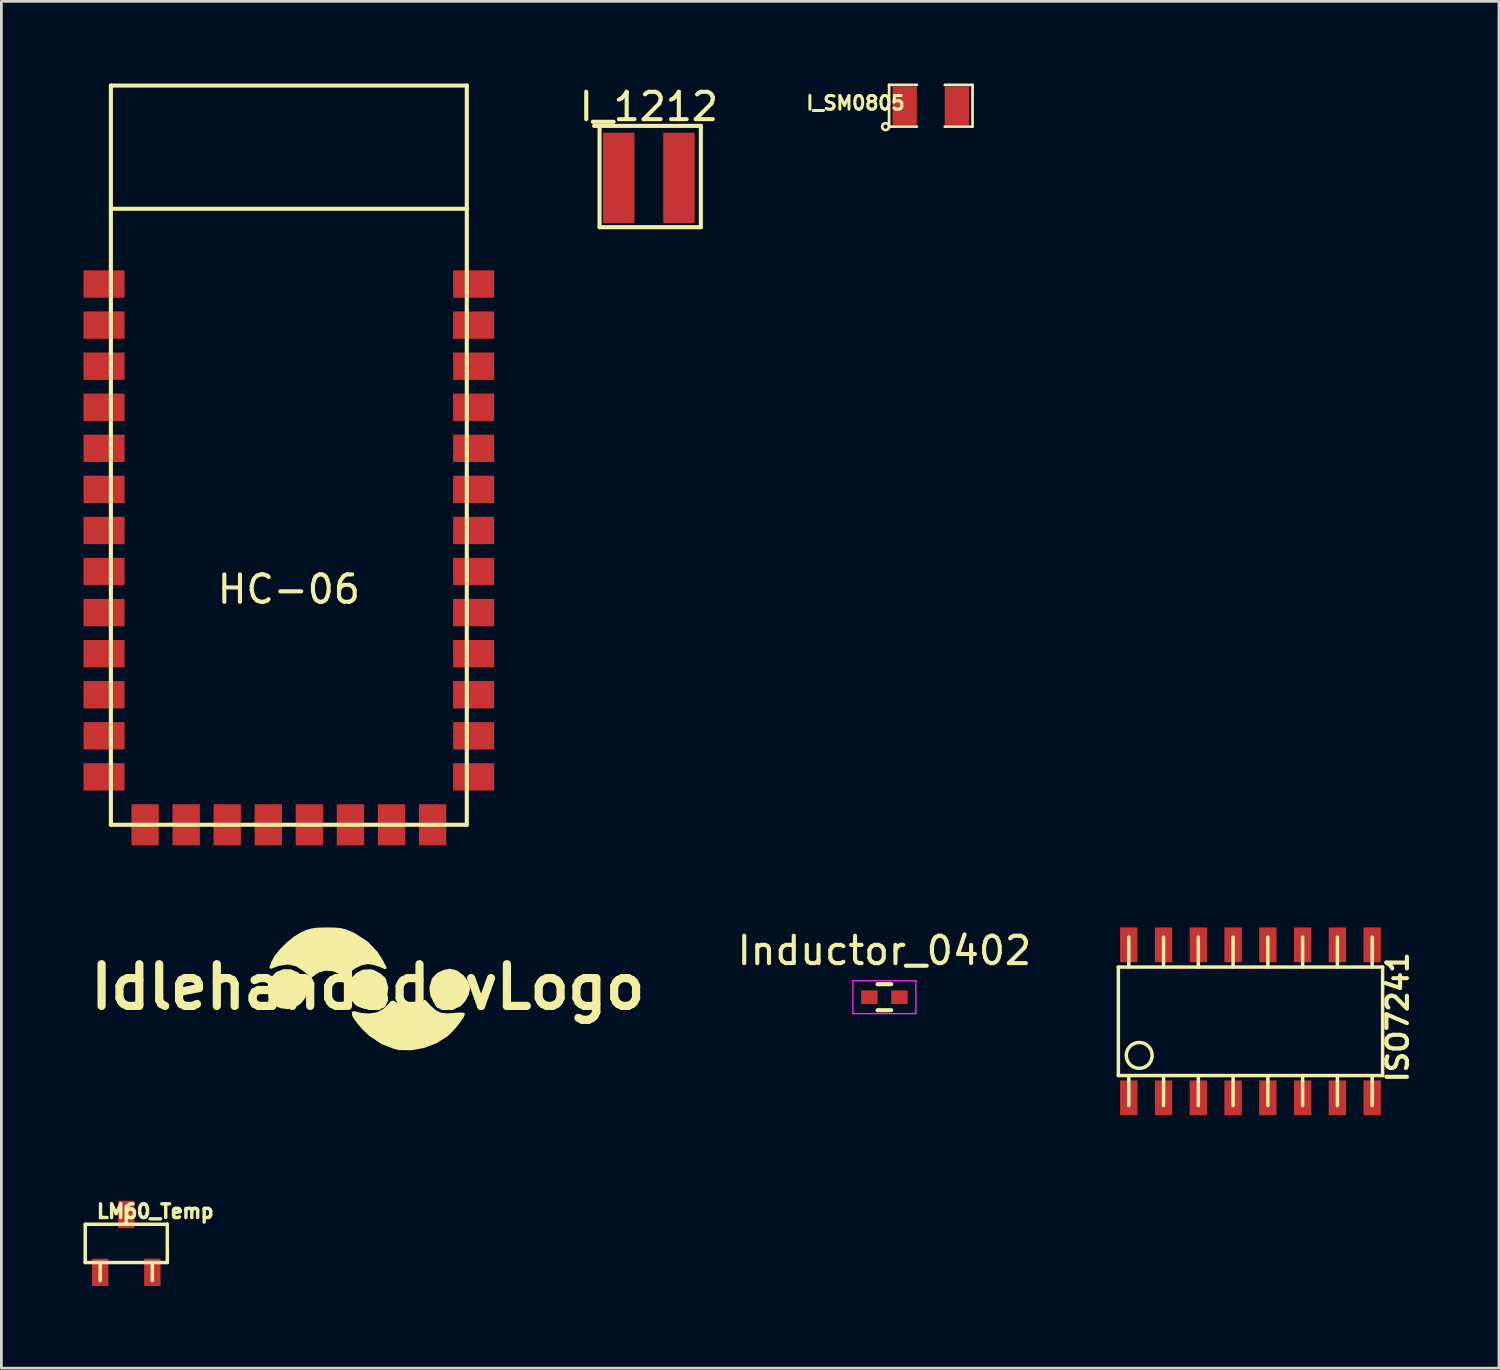
<source format=kicad_pcb>
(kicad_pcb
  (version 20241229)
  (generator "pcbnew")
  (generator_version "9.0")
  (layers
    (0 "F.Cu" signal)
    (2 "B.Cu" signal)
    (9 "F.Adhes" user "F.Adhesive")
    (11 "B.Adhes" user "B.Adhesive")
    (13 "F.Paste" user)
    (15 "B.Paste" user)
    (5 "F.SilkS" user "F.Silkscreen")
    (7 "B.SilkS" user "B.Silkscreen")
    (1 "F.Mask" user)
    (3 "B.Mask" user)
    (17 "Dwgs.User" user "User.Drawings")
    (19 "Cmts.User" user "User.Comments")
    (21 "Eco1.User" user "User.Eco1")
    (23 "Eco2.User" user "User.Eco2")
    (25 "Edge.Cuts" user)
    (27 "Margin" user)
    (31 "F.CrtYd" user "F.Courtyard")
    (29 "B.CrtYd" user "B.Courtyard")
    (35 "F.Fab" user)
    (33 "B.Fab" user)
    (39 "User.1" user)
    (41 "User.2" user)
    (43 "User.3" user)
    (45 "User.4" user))
  (footprint "HC-06"
    (layer "F.Cu")
    (at 7.5 26.575)
    (property "Reference" "HC-06" (at 0 -8.1 0) (layer "F.SilkS") (effects (font (size 1 1) (thickness 0.15))))
    (attr through_hole)
    (fp_line (start -6.5 -26.5) (end 6.5 -26.5) (stroke (width 0.15) (type solid)) (layer "F.SilkS"))
    (fp_line (start -6.5 -22) (end 6.5 -22) (stroke (width 0.15) (type solid)) (layer "F.SilkS"))
    (fp_line (start -6.5 0.5) (end -6.5 -26.5) (stroke (width 0.15) (type solid)) (layer "F.SilkS"))
    (fp_line (start 6.5 -26.5) (end 6.5 0.5) (stroke (width 0.15) (type solid)) (layer "F.SilkS"))
    (fp_line (start 6.5 0.5) (end -6.5 0.5) (stroke (width 0.15) (type solid)) (layer "F.SilkS"))
    (pad "1" smd rect (at -6.75 -19.25 90) (size 1 1.5) (layers "F.Cu" "F.Mask" "F.Paste"))
    (pad "2" smd rect (at -6.75 -17.75 90) (size 1 1.5) (layers "F.Cu" "F.Mask" "F.Paste"))
    (pad "3" smd rect (at -6.75 -16.25 90) (size 1 1.5) (layers "F.Cu" "F.Mask" "F.Paste"))
    (pad "4" smd rect (at -6.75 -14.75 90) (size 1 1.5) (layers "F.Cu" "F.Mask" "F.Paste"))
    (pad "5" smd rect (at -6.75 -13.25 90) (size 1 1.5) (layers "F.Cu" "F.Mask" "F.Paste"))
    (pad "6" smd rect (at -6.75 -11.75 90) (size 1 1.5) (layers "F.Cu" "F.Mask" "F.Paste"))
    (pad "7" smd rect (at -6.75 -10.25 90) (size 1 1.5) (layers "F.Cu" "F.Mask" "F.Paste"))
    (pad "8" smd rect (at -6.75 -8.75 90) (size 1 1.5) (layers "F.Cu" "F.Mask" "F.Paste"))
    (pad "9" smd rect (at -6.75 -7.25 90) (size 1 1.5) (layers "F.Cu" "F.Mask" "F.Paste"))
    (pad "10" smd rect (at -6.75 -5.75 90) (size 1 1.5) (layers "F.Cu" "F.Mask" "F.Paste"))
    (pad "11" smd rect (at -6.75 -4.25 90) (size 1 1.5) (layers "F.Cu" "F.Mask" "F.Paste"))
    (pad "12" smd rect (at -6.75 -2.75 90) (size 1 1.5) (layers "F.Cu" "F.Mask" "F.Paste"))
    (pad "13" smd rect (at -6.75 -1.25 90) (size 1 1.5) (layers "F.Cu" "F.Mask" "F.Paste"))
    (pad "14" smd rect (at -5.25 0.5) (size 1 1.5) (layers "F.Cu" "F.Mask" "F.Paste"))
    (pad "15" smd rect (at -3.75 0.5) (size 1 1.5) (layers "F.Cu" "F.Mask" "F.Paste"))
    (pad "16" smd rect (at -2.25 0.5) (size 1 1.5) (layers "F.Cu" "F.Mask" "F.Paste"))
    (pad "17" smd rect (at -0.75 0.5) (size 1 1.5) (layers "F.Cu" "F.Mask" "F.Paste"))
    (pad "18" smd rect (at 0.75 0.5) (size 1 1.5) (layers "F.Cu" "F.Mask" "F.Paste"))
    (pad "19" smd rect (at 2.25 0.5) (size 1 1.5) (layers "F.Cu" "F.Mask" "F.Paste"))
    (pad "20" smd rect (at 3.75 0.5) (size 1 1.5) (layers "F.Cu" "F.Mask" "F.Paste"))
    (pad "21" smd rect (at 5.25 0.5) (size 1 1.5) (layers "F.Cu" "F.Mask" "F.Paste"))
    (pad "22" smd rect (at 6.75 -1.25 90) (size 1 1.5) (layers "F.Cu" "F.Mask" "F.Paste"))
    (pad "23" smd rect (at 6.75 -2.75 90) (size 1 1.5) (layers "F.Cu" "F.Mask" "F.Paste"))
    (pad "24" smd rect (at 6.75 -4.25 90) (size 1 1.5) (layers "F.Cu" "F.Mask" "F.Paste"))
    (pad "25" smd rect (at 6.75 -5.75 90) (size 1 1.5) (layers "F.Cu" "F.Mask" "F.Paste"))
    (pad "26" smd rect (at 6.75 -7.25 90) (size 1 1.5) (layers "F.Cu" "F.Mask" "F.Paste"))
    (pad "27" smd rect (at 6.75 -8.75 90) (size 1 1.5) (layers "F.Cu" "F.Mask" "F.Paste"))
    (pad "28" smd rect (at 6.75 -10.25 90) (size 1 1.5) (layers "F.Cu" "F.Mask" "F.Paste"))
    (pad "29" smd rect (at 6.75 -11.75 90) (size 1 1.5) (layers "F.Cu" "F.Mask" "F.Paste"))
    (pad "30" smd rect (at 6.75 -13.25 90) (size 1 1.5) (layers "F.Cu" "F.Mask" "F.Paste"))
    (pad "31" smd rect (at 6.75 -14.75 90) (size 1 1.5) (layers "F.Cu" "F.Mask" "F.Paste"))
    (pad "32" smd rect (at 6.75 -16.25 90) (size 1 1.5) (layers "F.Cu" "F.Mask" "F.Paste"))
    (pad "33" smd rect (at 6.75 -17.75 90) (size 1 1.5) (layers "F.Cu" "F.Mask" "F.Paste"))
    (pad "34" smd rect (at 6.75 -19.25 90) (size 1 1.5) (layers "F.Cu" "F.Mask" "F.Paste")))
  (footprint "I_1212"
    (layer "F.Cu")
    (at 20.649 3.448)
    (property "Reference" "I_1212" (at 0 -2.6 0) (layer "F.SilkS") (effects (font (size 1 1) (thickness 0.15))))
    (attr smd)
    (fp_line (start -2 -1.9) (end 1.9 -1.9) (stroke (width 0.15) (type solid)) (layer "F.SilkS"))
    (fp_line (start -1.8 1.8) (end -1.8 -1.9) (stroke (width 0.15) (type solid)) (layer "F.SilkS"))
    (fp_line (start 1.9 -1.9) (end 1.9 1.8) (stroke (width 0.15) (type solid)) (layer "F.SilkS"))
    (fp_line (start 1.9 1.8) (end -1.8 1.8) (stroke (width 0.15) (type solid)) (layer "F.SilkS"))
    (pad "1" smd rect (at 1.1 0) (size 1.15 3.3) (layers "F.Cu" "F.Mask" "F.Paste"))
    (pad "2" smd rect (at -1.1 0) (size 1.15 3.3) (layers "F.Cu" "F.Mask" "F.Paste")))
  (footprint "Inductor_0402"
    (layer "F.Cu")
    (at 29.252 33.373)
    (property "Reference" "Inductor_0402" (at 0 -1.7 0) (layer "F.SilkS") (effects (font (size 1 1) (thickness 0.15))))
    (attr smd)
    (fp_line (start -0.25 0.475) (end 0.25 0.475) (stroke (width 0.15) (type solid)) (layer "F.SilkS"))
    (fp_line (start 0.25 -0.475) (end -0.25 -0.475) (stroke (width 0.15) (type solid)) (layer "F.SilkS"))
    (fp_line (start -1.15 -0.6) (end -1.15 0.6) (stroke (width 0.05) (type solid)) (layer "F.CrtYd"))
    (fp_line (start -1.15 -0.6) (end 1.15 -0.6) (stroke (width 0.05) (type solid)) (layer "F.CrtYd"))
    (fp_line (start -1.15 0.6) (end 1.15 0.6) (stroke (width 0.05) (type solid)) (layer "F.CrtYd"))
    (fp_line (start 1.15 -0.6) (end 1.15 0.6) (stroke (width 0.05) (type solid)) (layer "F.CrtYd"))
    (pad "1" smd rect (at -0.55 0) (size 0.6 0.5) (layers "F.Cu" "F.Mask" "F.Paste"))
    (pad "2" smd rect (at 0.55 0) (size 0.6 0.5) (layers "F.Cu" "F.Mask" "F.Paste")))
  (footprint "LM60_Temp"
    (layer "F.Cu")
    (at 1.562 42.365)
    (property "Reference" "LM60_Temp" (at 1.06 -1.17 0) (layer "F.SilkS") (effects (font (size 0.5 0.5) (thickness 0.125))))
    (attr through_hole)
    (fp_line (start -1.499 -0.699) (end 1.499 -0.699) (stroke (width 0.127) (type solid)) (layer "F.SilkS"))
    (fp_line (start -1.499 0.699) (end -1.499 -0.699) (stroke (width 0.127) (type solid)) (layer "F.SilkS"))
    (fp_line (start -0.953 0.699) (end -0.953 1.359) (stroke (width 0.127) (type solid)) (layer "F.SilkS"))
    (fp_line (start 0 -0.699) (end 0 -1.359) (stroke (width 0.127) (type solid)) (layer "F.SilkS"))
    (fp_line (start 0.953 0.699) (end 0.953 1.359) (stroke (width 0.127) (type solid)) (layer "F.SilkS"))
    (fp_line (start 1.499 -0.699) (end 1.499 0.699) (stroke (width 0.127) (type solid)) (layer "F.SilkS"))
    (fp_line (start 1.499 0.699) (end -1.499 0.699) (stroke (width 0.127) (type solid)) (layer "F.SilkS"))
    (pad "1" smd rect (at -0.953 1.057) (size 0.599 1.001) (layers "F.Cu" "F.Mask" "F.Paste"))
    (pad "2" smd rect (at 0.953 1.057) (size 0.599 1.001) (layers "F.Cu" "F.Mask" "F.Paste"))
    (pad "3" smd rect (at 0 -1.057) (size 0.599 1.001) (layers "F.Cu" "F.Mask" "F.Paste")))
  (footprint "ISO7241"
    (layer "F.Cu")
    (at 42.624 34.254)
    (property "Reference" "ISO7241" (at 5.375 -0.15 90) (layer "F.SilkS") (effects (font (size 0.749 0.749) (thickness 0.15))))
    (attr smd)
    (fp_line (start -4.826 -1.981) (end -4.826 1.981) (stroke (width 0.127) (type solid)) (layer "F.SilkS"))
    (fp_line (start -4.826 1.981) (end 4.826 1.981) (stroke (width 0.127) (type solid)) (layer "F.SilkS"))
    (fp_line (start -4.445 -3.073) (end -4.445 -1.981) (stroke (width 0.127) (type solid)) (layer "F.SilkS"))
    (fp_line (start -4.445 1.981) (end -4.445 3.073) (stroke (width 0.127) (type solid)) (layer "F.SilkS"))
    (fp_line (start -3.175 -1.981) (end -3.175 -3.073) (stroke (width 0.127) (type solid)) (layer "F.SilkS"))
    (fp_line (start -3.175 3.073) (end -3.175 1.981) (stroke (width 0.127) (type solid)) (layer "F.SilkS"))
    (fp_line (start -1.905 -1.981) (end -1.905 -3.073) (stroke (width 0.127) (type solid)) (layer "F.SilkS"))
    (fp_line (start -1.905 3.073) (end -1.905 1.981) (stroke (width 0.127) (type solid)) (layer "F.SilkS"))
    (fp_line (start -0.635 -1.981) (end -0.635 -3.073) (stroke (width 0.127) (type solid)) (layer "F.SilkS"))
    (fp_line (start -0.635 3.073) (end -0.635 1.981) (stroke (width 0.127) (type solid)) (layer "F.SilkS"))
    (fp_line (start 0.635 -1.981) (end 0.635 -3.073) (stroke (width 0.127) (type solid)) (layer "F.SilkS"))
    (fp_line (start 0.635 3.073) (end 0.635 1.981) (stroke (width 0.127) (type solid)) (layer "F.SilkS"))
    (fp_line (start 1.905 -3.073) (end 1.905 -1.981) (stroke (width 0.127) (type solid)) (layer "F.SilkS"))
    (fp_line (start 1.905 1.981) (end 1.905 3.073) (stroke (width 0.127) (type solid)) (layer "F.SilkS"))
    (fp_line (start 3.175 -3.073) (end 3.175 -1.981) (stroke (width 0.127) (type solid)) (layer "F.SilkS"))
    (fp_line (start 3.175 1.981) (end 3.175 3.073) (stroke (width 0.127) (type solid)) (layer "F.SilkS"))
    (fp_line (start 4.445 -3.073) (end 4.445 -1.981) (stroke (width 0.127) (type solid)) (layer "F.SilkS"))
    (fp_line (start 4.445 1.981) (end 4.445 3.073) (stroke (width 0.127) (type solid)) (layer "F.SilkS"))
    (fp_line (start 4.826 -1.981) (end -4.826 -1.981) (stroke (width 0.127) (type solid)) (layer "F.SilkS"))
    (fp_line (start 4.826 1.981) (end 4.826 -1.981) (stroke (width 0.127) (type solid)) (layer "F.SilkS"))
    (fp_circle (center -4.064 1.245) (end -4.343 1.626) (stroke (width 0.127) (type solid)) (fill no) (layer "F.SilkS"))
    (pad "1" smd rect (at -4.445 2.794) (size 0.635 1.27) (layers "F.Cu" "F.Mask" "F.Paste"))
    (pad "2" smd rect (at -3.175 2.794) (size 0.635 1.27) (layers "F.Cu" "F.Mask" "F.Paste"))
    (pad "3" smd rect (at -1.905 2.794) (size 0.635 1.27) (layers "F.Cu" "F.Mask" "F.Paste"))
    (pad "4" smd rect (at -0.635 2.794) (size 0.635 1.27) (layers "F.Cu" "F.Mask" "F.Paste"))
    (pad "5" smd rect (at 0.635 2.794) (size 0.635 1.27) (layers "F.Cu" "F.Mask" "F.Paste"))
    (pad "6" smd rect (at 1.905 2.794) (size 0.635 1.27) (layers "F.Cu" "F.Mask" "F.Paste"))
    (pad "7" smd rect (at 3.175 2.794) (size 0.635 1.27) (layers "F.Cu" "F.Mask" "F.Paste"))
    (pad "8" smd rect (at 4.445 2.794) (size 0.635 1.27) (layers "F.Cu" "F.Mask" "F.Paste"))
    (pad "9" smd rect (at 4.445 -2.794) (size 0.635 1.27) (layers "F.Cu" "F.Mask" "F.Paste"))
    (pad "10" smd rect (at 3.175 -2.794) (size 0.635 1.27) (layers "F.Cu" "F.Mask" "F.Paste"))
    (pad "11" smd rect (at 1.905 -2.794) (size 0.635 1.27) (layers "F.Cu" "F.Mask" "F.Paste"))
    (pad "12" smd rect (at 0.635 -2.794) (size 0.635 1.27) (layers "F.Cu" "F.Mask" "F.Paste"))
    (pad "13" smd rect (at -0.635 -2.794) (size 0.635 1.27) (layers "F.Cu" "F.Mask" "F.Paste"))
    (pad "14" smd rect (at -1.905 -2.794) (size 0.635 1.27) (layers "F.Cu" "F.Mask" "F.Paste"))
    (pad "15" smd rect (at -3.175 -2.794) (size 0.635 1.27) (layers "F.Cu" "F.Mask" "F.Paste"))
    (pad "16" smd rect (at -4.445 -2.794) (size 0.635 1.27) (layers "F.Cu" "F.Mask" "F.Paste")))
  (footprint "I_SM0805"
    (layer "F.Cu")
    (at 30.948 0.812)
    (property "Reference" "I_SM0805" (at -2.75 -0.1 0) (layer "F.SilkS") (effects (font (size 0.5 0.5) (thickness 0.109))))
    (attr smd)
    (fp_line (start -1.524 -0.762) (end -0.508 -0.762) (stroke (width 0.099) (type solid)) (layer "F.SilkS"))
    (fp_line (start -1.524 0.762) (end -1.524 -0.762) (stroke (width 0.099) (type solid)) (layer "F.SilkS"))
    (fp_line (start -0.508 0.762) (end -1.524 0.762) (stroke (width 0.099) (type solid)) (layer "F.SilkS"))
    (fp_line (start 0.508 -0.762) (end 1.524 -0.762) (stroke (width 0.099) (type solid)) (layer "F.SilkS"))
    (fp_line (start 1.524 -0.762) (end 1.524 0.762) (stroke (width 0.099) (type solid)) (layer "F.SilkS"))
    (fp_line (start 1.524 0.762) (end 0.508 0.762) (stroke (width 0.099) (type solid)) (layer "F.SilkS"))
    (fp_circle (center -1.651 0.762) (end -1.651 0.635) (stroke (width 0.099) (type solid)) (fill no) (layer "F.SilkS"))
    (pad "1" smd rect (at -0.953 0) (size 0.889 1.397) (layers "F.Cu" "F.Mask" "F.Paste"))
    (pad "2" smd rect (at 0.953 0) (size 0.889 1.397) (layers "F.Cu" "F.Mask" "F.Paste")))
  (footprint "IdlehandsdevLogo"
    (layer "F.Cu")
    (at 10.385 33.002)
    (property "Reference" "IdlehandsdevLogo" (at 0 0 0) (layer "F.SilkS") (effects (font (size 1.524 1.524) (thickness 0.3))))
    (attr through_hole)
    (fp_poly (pts (xy -2.256 0.136) (xy -2.323 0.367) (xy -2.471 0.559) (xy -2.678 0.695) (xy -2.921 0.756) (xy -3.177 0.725) (xy -3.295 0.673) (xy -3.477 0.506) (xy -3.588 0.271) (xy -3.619 0.009) (xy -3.56 -0.236) (xy -3.52 -0.304) (xy -3.313 -0.506) (xy -3.07 -0.603) (xy -2.816 -0.597) (xy -2.579 -0.492) (xy -2.384 -0.293) (xy -2.294 -0.117) (xy -2.256 0.136)) (stroke (width 0.1) (type solid)) (fill yes) (layer "F.SilkS"))
    (fp_poly (pts (xy 0.698 0.023) (xy 0.66 0.3) (xy 0.593 0.445) (xy 0.409 0.643) (xy 0.168 0.748) (xy -0.098 0.755) (xy -0.355 0.659) (xy -0.437 0.599) (xy -0.608 0.387) (xy -0.676 0.149) (xy -0.652 -0.091) (xy -0.55 -0.31) (xy -0.382 -0.484) (xy -0.162 -0.588) (xy 0.098 -0.6) (xy 0.196 -0.577) (xy 0.456 -0.442) (xy 0.626 -0.233) (xy 0.698 0.023)) (stroke (width 0.1) (type solid)) (fill yes) (layer "F.SilkS"))
    (fp_poly (pts (xy 3.683 0.061) (xy 3.635 0.273) (xy 3.515 0.493) (xy 3.356 0.66) (xy 3.352 0.663) (xy 3.16 0.737) (xy 2.916 0.754) (xy 2.683 0.711) (xy 2.63 0.689) (xy 2.449 0.536) (xy 2.333 0.306) (xy 2.3 0.041) (xy 2.305 -0.012) (xy 2.386 -0.284) (xy 2.555 -0.47) (xy 2.795 -0.579) (xy 2.991 -0.617) (xy 3.163 -0.583) (xy 3.248 -0.546) (xy 3.458 -0.395) (xy 3.613 -0.188) (xy 3.682 0.033) (xy 3.683 0.061)) (stroke (width 0.1) (type solid)) (fill yes) (layer "F.SilkS"))
    (fp_poly (pts (xy 0.634 -0.705) (xy 0.414 -0.797) (xy 0.203 -0.861) (xy -0.007 -0.889) (xy -0.014 -0.889) (xy -0.239 -0.843) (xy -0.483 -0.727) (xy -0.687 -0.572) (xy -0.749 -0.5) (xy -0.811 -0.427) (xy -0.876 -0.425) (xy -0.988 -0.497) (xy -1.015 -0.517) (xy -1.259 -0.628) (xy -1.539 -0.649) (xy -1.802 -0.58) (xy -1.897 -0.524) (xy -2.07 -0.396) (xy -2.3 -0.607) (xy -2.595 -0.804) (xy -2.913 -0.876) (xy -3.252 -0.823) (xy -3.279 -0.814) (xy -3.542 -0.719) (xy -3.478 -0.902) (xy -3.364 -1.112) (xy -3.169 -1.353) (xy -2.924 -1.595) (xy -2.66 -1.807) (xy -2.425 -1.95) (xy -2.227 -2.039) (xy -2.048 -2.092) (xy -1.843 -2.119) (xy -1.567 -2.127) (xy -1.491 -2.127) (xy -1.2 -2.123) (xy -0.988 -2.102) (xy -0.807 -2.056) (xy -0.61 -1.974) (xy -0.494 -1.918) (xy -0.045 -1.63) (xy 0.317 -1.254) (xy 0.513 -0.94) (xy 0.634 -0.705)) (stroke (width 0.1) (type solid)) (fill yes) (layer "F.SilkS"))
    (fp_poly (pts (xy 3.493 0.993) (xy 3.452 1.088) (xy 3.347 1.241) (xy 3.204 1.422) (xy 3.047 1.6) (xy 2.901 1.742) (xy 2.867 1.77) (xy 2.483 2.01) (xy 2.045 2.175) (xy 1.59 2.259) (xy 1.155 2.251) (xy 1 2.221) (xy 0.526 2.039) (xy 0.087 1.747) (xy -0.172 1.5) (xy -0.333 1.312) (xy -0.458 1.144) (xy -0.522 1.03) (xy -0.524 1.024) (xy -0.534 0.938) (xy -0.473 0.932) (xy -0.402 0.957) (xy -0.242 0.993) (xy -0.027 1.014) (xy 0.054 1.016) (xy 0.363 0.971) (xy 0.618 0.825) (xy 0.785 0.65) (xy 0.876 0.552) (xy 0.945 0.548) (xy 1.018 0.605) (xy 1.224 0.715) (xy 1.482 0.749) (xy 1.744 0.704) (xy 1.863 0.65) (xy 2.08 0.521) (xy 2.284 0.737) (xy 2.466 0.899) (xy 2.656 0.987) (xy 2.894 1.013) (xy 3.149 0.997) (xy 3.338 0.983) (xy 3.463 0.984) (xy 3.493 0.993)) (stroke (width 0.1) (type solid)) (fill yes) (layer "F.SilkS")))
  (gr_rect
    (start -3 -3)
    (end 51.7 46.922)
    (stroke (width 0.1) (type default))
    (fill no)
    (layer "Edge.Cuts")))
</source>
